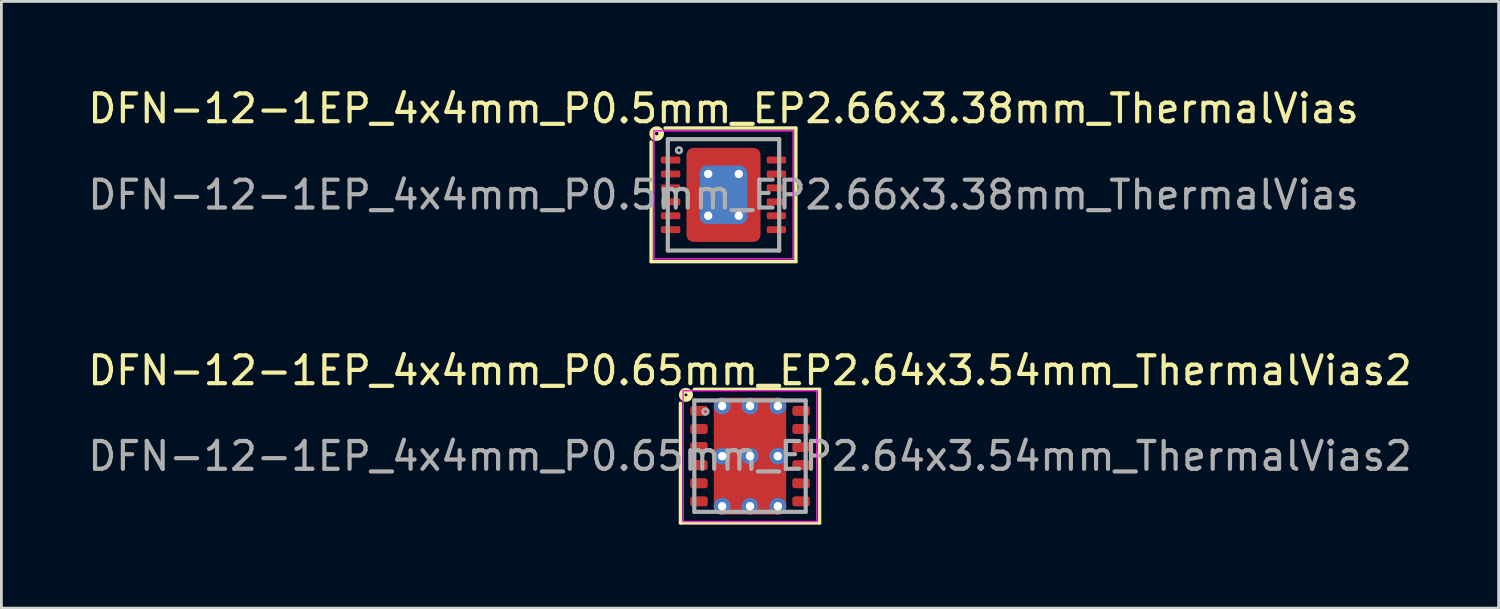
<source format=kicad_pcb>
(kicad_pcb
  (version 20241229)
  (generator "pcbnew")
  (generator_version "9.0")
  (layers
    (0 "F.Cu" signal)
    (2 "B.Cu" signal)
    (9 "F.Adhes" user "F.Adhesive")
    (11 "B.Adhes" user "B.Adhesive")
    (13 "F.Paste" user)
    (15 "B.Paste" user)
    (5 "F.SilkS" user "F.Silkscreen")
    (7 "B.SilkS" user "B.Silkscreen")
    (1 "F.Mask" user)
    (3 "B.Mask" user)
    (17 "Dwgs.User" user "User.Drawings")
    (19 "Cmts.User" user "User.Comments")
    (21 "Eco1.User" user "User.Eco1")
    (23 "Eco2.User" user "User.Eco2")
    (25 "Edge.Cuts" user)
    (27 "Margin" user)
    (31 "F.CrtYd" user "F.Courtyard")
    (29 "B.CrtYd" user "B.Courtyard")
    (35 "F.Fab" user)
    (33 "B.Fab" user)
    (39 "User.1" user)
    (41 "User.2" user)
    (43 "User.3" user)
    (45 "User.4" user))
  (footprint "DFN-12-1EP_4x4mm_P0.65mm_EP2.64x3.54mm_ThermalVias2"
    (layer "F.Cu")
    (at 23.887 13.332)
    (property "Reference" "DFN-12-1EP_4x4mm_P0.65mm_EP2.64x3.54mm_ThermalVias2" (at 0 -3.075 0) (layer "F.SilkS") (effects (font (size 1 1) (thickness 0.15))))
    (attr smd)
    (fp_line (start -2.5 2.4) (end -2.5 -1.9) (stroke (width 0.12) (type solid)) (layer "F.SilkS"))
    (fp_line (start -2 -2.4) (end 2.5 -2.4) (stroke (width 0.12) (type solid)) (layer "F.SilkS"))
    (fp_line (start 2.5 -2.4) (end 2.5 2.4) (stroke (width 0.12) (type solid)) (layer "F.SilkS"))
    (fp_line (start 2.5 2.4) (end -2.5 2.4) (stroke (width 0.12) (type solid)) (layer "F.SilkS"))
    (fp_circle (center -2.3 -2.2) (end -2.249 -2.2) (stroke (width 0.2) (type solid)) (fill no) (layer "F.SilkS"))
    (fp_line (start -2.4 -2.35) (end -2.4 2.35) (stroke (width 0.05) (type solid)) (layer "F.CrtYd"))
    (fp_line (start -2.4 -2.35) (end 2.4 -2.35) (stroke (width 0.05) (type solid)) (layer "F.CrtYd"))
    (fp_line (start -2.4 2.35) (end 2.4 2.35) (stroke (width 0.05) (type solid)) (layer "F.CrtYd"))
    (fp_line (start 2.4 -2.35) (end 2.4 2.35) (stroke (width 0.05) (type solid)) (layer "F.CrtYd"))
    (fp_line (start -2 -2) (end 2 -2) (stroke (width 0.15) (type solid)) (layer "F.Fab"))
    (fp_line (start -2 2) (end -2 -2) (stroke (width 0.15) (type solid)) (layer "F.Fab"))
    (fp_line (start 2 -2) (end 2 2) (stroke (width 0.15) (type solid)) (layer "F.Fab"))
    (fp_line (start 2 2) (end -2 2) (stroke (width 0.15) (type solid)) (layer "F.Fab"))
    (fp_circle (center -1.6 -1.6) (end -1.5 -1.6) (stroke (width 0.1) (type solid)) (fill no) (layer "F.Fab"))
    (fp_text user "${REFERENCE}" (at 0 0 0) (layer "F.Fab") (effects (font (size 1 1) (thickness 0.15))))
    (pad "" smd roundrect (at -0.625 -0.9) (size 0.95 0.9) (layers "F.Paste") (roundrect_rratio 0.25))
    (pad "" smd roundrect (at -0.625 0.9) (size 0.95 0.9) (layers "F.Paste") (roundrect_rratio 0.25))
    (pad "" smd roundrect (at 0 -0.9) (size 2.4 1.2) (layers "F.Mask") (roundrect_rratio 0.2))
    (pad "" smd roundrect (at 0 0.9) (size 2.4 1.2) (layers "F.Mask") (roundrect_rratio 0.2))
    (pad "" smd roundrect (at 0.625 -0.9) (size 0.95 0.9) (layers "F.Paste") (roundrect_rratio 0.25))
    (pad "" smd roundrect (at 0.625 0.9) (size 0.95 0.9) (layers "F.Paste") (roundrect_rratio 0.25))
    (pad "1" smd roundrect (at -1.835 -1.625) (size 0.63 0.36) (layers "F.Cu" "F.Mask" "F.Paste") (roundrect_rratio 0.25))
    (pad "2" smd roundrect (at -1.835 -0.975) (size 0.63 0.36) (layers "F.Cu" "F.Mask" "F.Paste") (roundrect_rratio 0.25))
    (pad "3" smd roundrect (at -1.835 -0.325) (size 0.63 0.36) (layers "F.Cu" "F.Mask" "F.Paste") (roundrect_rratio 0.25))
    (pad "4" smd roundrect (at -1.835 0.325) (size 0.63 0.36) (layers "F.Cu" "F.Mask" "F.Paste") (roundrect_rratio 0.25))
    (pad "5" smd roundrect (at -1.835 0.975) (size 0.63 0.36) (layers "F.Cu" "F.Mask" "F.Paste") (roundrect_rratio 0.25))
    (pad "6" smd roundrect (at -1.835 1.625) (size 0.63 0.36) (layers "F.Cu" "F.Mask" "F.Paste") (roundrect_rratio 0.25))
    (pad "7" smd roundrect (at 1.835 1.625) (size 0.63 0.36) (layers "F.Cu" "F.Mask" "F.Paste") (roundrect_rratio 0.25))
    (pad "8" smd roundrect (at 1.835 0.975) (size 0.63 0.36) (layers "F.Cu" "F.Mask" "F.Paste") (roundrect_rratio 0.25))
    (pad "9" smd roundrect (at 1.835 0.325) (size 0.63 0.36) (layers "F.Cu" "F.Mask" "F.Paste") (roundrect_rratio 0.25))
    (pad "10" smd roundrect (at 1.835 -0.325) (size 0.63 0.36) (layers "F.Cu" "F.Mask" "F.Paste") (roundrect_rratio 0.25))
    (pad "11" smd roundrect (at 1.835 -0.975) (size 0.63 0.36) (layers "F.Cu" "F.Mask" "F.Paste") (roundrect_rratio 0.25))
    (pad "12" smd roundrect (at 1.835 -1.625) (size 0.63 0.36) (layers "F.Cu" "F.Mask" "F.Paste") (roundrect_rratio 0.25))
    (pad "13" thru_hole circle (at -1 -1.8) (size 0.6 0.6) (drill 0.3) (property pad_prop_heatsink) (layers "*.Cu" "*.Mask"))
    (pad "13" thru_hole circle (at -1 0) (size 0.6 0.6) (drill 0.3) (property pad_prop_heatsink) (layers "*.Cu" "*.Mask"))
    (pad "13" thru_hole circle (at -1 1.8) (size 0.6 0.6) (drill 0.3) (property pad_prop_heatsink) (layers "*.Cu" "*.Mask"))
    (pad "13" thru_hole circle (at 0 -1.8) (size 0.6 0.6) (drill 0.3) (property pad_prop_heatsink) (layers "*.Cu" "*.Mask"))
    (pad "13" thru_hole circle (at 0 0) (size 0.6 0.6) (drill 0.3) (property pad_prop_heatsink) (layers "*.Cu" "*.Mask"))
    (pad "13" smd roundrect (at 0 0) (size 2.6 4.2) (layers "F.Cu") (roundrect_rratio 0.095))
    (pad "13" thru_hole circle (at 0 1.8) (size 0.6 0.6) (drill 0.3) (property pad_prop_heatsink) (layers "*.Cu" "*.Mask"))
    (pad "13" thru_hole circle (at 1 -1.8) (size 0.6 0.6) (drill 0.3) (property pad_prop_heatsink) (layers "*.Cu" "*.Mask"))
    (pad "13" thru_hole circle (at 1 0) (size 0.6 0.6) (drill 0.3) (property pad_prop_heatsink) (layers "*.Cu" "*.Mask"))
    (pad "13" thru_hole circle (at 1 1.8) (size 0.6 0.6) (drill 0.3) (property pad_prop_heatsink) (layers "*.Cu" "*.Mask")))
  (footprint "DFN-12-1EP_4x4mm_P0.5mm_EP2.66x3.38mm_ThermalVias"
    (layer "F.Cu")
    (at 22.935 3.948)
    (property "Reference" "DFN-12-1EP_4x4mm_P0.5mm_EP2.66x3.38mm_ThermalVias" (at 0 -3.1 0) (layer "F.SilkS") (effects (font (size 1 1) (thickness 0.15))))
    (attr smd)
    (fp_line (start -2.6 2.4) (end -2.6 -1.9) (stroke (width 0.12) (type solid)) (layer "F.SilkS"))
    (fp_line (start -2.1 -2.4) (end 2.6 -2.4) (stroke (width 0.12) (type solid)) (layer "F.SilkS"))
    (fp_line (start 2.6 -2.4) (end 2.6 2.4) (stroke (width 0.12) (type solid)) (layer "F.SilkS"))
    (fp_line (start 2.6 2.4) (end -2.6 2.4) (stroke (width 0.12) (type solid)) (layer "F.SilkS"))
    (fp_circle (center -2.4 -2.2) (end -2.337 -2.2) (stroke (width 0.2) (type solid)) (fill no) (layer "F.SilkS"))
    (fp_line (start -2.5 -2.3) (end -2.5 2.3) (stroke (width 0.05) (type solid)) (layer "F.CrtYd"))
    (fp_line (start -2.5 -2.3) (end 2.5 -2.3) (stroke (width 0.05) (type solid)) (layer "F.CrtYd"))
    (fp_line (start -2.5 2.3) (end 2.5 2.3) (stroke (width 0.05) (type solid)) (layer "F.CrtYd"))
    (fp_line (start 2.5 -2.3) (end 2.5 2.3) (stroke (width 0.05) (type solid)) (layer "F.CrtYd"))
    (fp_line (start -2 -2) (end 2 -2) (stroke (width 0.15) (type solid)) (layer "F.Fab"))
    (fp_line (start -2 2) (end -2 -2) (stroke (width 0.15) (type solid)) (layer "F.Fab"))
    (fp_line (start 2 -2) (end 2 2) (stroke (width 0.15) (type solid)) (layer "F.Fab"))
    (fp_line (start 2 2) (end -2 2) (stroke (width 0.15) (type solid)) (layer "F.Fab"))
    (fp_circle (center -1.6 -1.6) (end -1.5 -1.6) (stroke (width 0.1) (type solid)) (fill no) (layer "F.Fab"))
    (fp_text user "${REFERENCE}" (at 0 0 0) (layer "F.Fab") (effects (font (size 1 1) (thickness 0.15))))
    (pad "" smd roundrect (at -0.95 -1.225) (size 0.6 0.75) (layers "F.Paste") (roundrect_rratio 0.25))
    (pad "" smd roundrect (at -0.95 0) (size 0.6 1.3) (layers "F.Paste") (roundrect_rratio 0.25))
    (pad "" smd roundrect (at -0.95 1.225) (size 0.6 0.75) (layers "F.Paste") (roundrect_rratio 0.25))
    (pad "" smd roundrect (at 0 -1.225) (size 0.9 0.75) (layers "F.Paste") (roundrect_rratio 0.25))
    (pad "" smd roundrect (at 0 0) (size 0.9 1.3) (layers "F.Paste") (roundrect_rratio 0.25))
    (pad "" smd roundrect (at 0 1.225) (size 0.9 0.75) (layers "F.Paste") (roundrect_rratio 0.25))
    (pad "" smd roundrect (at 0.95 -1.225) (size 0.6 0.75) (layers "F.Paste") (roundrect_rratio 0.25))
    (pad "" smd roundrect (at 0.95 0) (size 0.6 1.3) (layers "F.Paste") (roundrect_rratio 0.25))
    (pad "" smd roundrect (at 0.95 1.225) (size 0.6 0.75) (layers "F.Paste") (roundrect_rratio 0.25))
    (pad "1" smd roundrect (at -1.9 -1.25) (size 0.7 0.25) (layers "F.Cu" "F.Mask" "F.Paste") (roundrect_rratio 0.25))
    (pad "2" smd roundrect (at -1.9 -0.75) (size 0.7 0.25) (layers "F.Cu" "F.Mask" "F.Paste") (roundrect_rratio 0.25))
    (pad "3" smd roundrect (at -1.9 -0.25) (size 0.7 0.25) (layers "F.Cu" "F.Mask" "F.Paste") (roundrect_rratio 0.25))
    (pad "4" smd roundrect (at -1.9 0.25) (size 0.7 0.25) (layers "F.Cu" "F.Mask" "F.Paste") (roundrect_rratio 0.25))
    (pad "5" smd roundrect (at -1.9 0.75) (size 0.7 0.25) (layers "F.Cu" "F.Mask" "F.Paste") (roundrect_rratio 0.25))
    (pad "6" smd roundrect (at -1.9 1.25) (size 0.7 0.25) (layers "F.Cu" "F.Mask" "F.Paste") (roundrect_rratio 0.25))
    (pad "7" smd roundrect (at 1.9 1.25) (size 0.7 0.25) (layers "F.Cu" "F.Mask" "F.Paste") (roundrect_rratio 0.25))
    (pad "8" smd roundrect (at 1.9 0.75) (size 0.7 0.25) (layers "F.Cu" "F.Mask" "F.Paste") (roundrect_rratio 0.25))
    (pad "9" smd roundrect (at 1.9 0.25) (size 0.7 0.25) (layers "F.Cu" "F.Mask" "F.Paste") (roundrect_rratio 0.25))
    (pad "10" smd roundrect (at 1.9 -0.25) (size 0.7 0.25) (layers "F.Cu" "F.Mask" "F.Paste") (roundrect_rratio 0.25))
    (pad "11" smd roundrect (at 1.9 -0.75) (size 0.7 0.25) (layers "F.Cu" "F.Mask" "F.Paste") (roundrect_rratio 0.25))
    (pad "12" smd roundrect (at 1.9 -1.25) (size 0.7 0.25) (layers "F.Cu" "F.Mask" "F.Paste") (roundrect_rratio 0.25))
    (pad "13" thru_hole circle (at -0.55 -0.75) (size 0.6 0.6) (drill 0.3) (property pad_prop_heatsink) (layers "*.Cu"))
    (pad "13" thru_hole circle (at -0.55 0.75) (size 0.6 0.6) (drill 0.3) (property pad_prop_heatsink) (layers "*.Cu"))
    (pad "13" smd roundrect (at 0 0) (size 1.7 2.1) (layers "B.Cu" "B.Mask") (roundrect_rratio 0.152))
    (pad "13" smd roundrect (at 0 0) (size 2.66 3.38) (layers "F.Cu" "F.Mask") (roundrect_rratio 0.094))
    (pad "13" thru_hole circle (at 0.55 -0.75) (size 0.6 0.6) (drill 0.3) (property pad_prop_heatsink) (layers "*.Cu"))
    (pad "13" thru_hole circle (at 0.55 0.75) (size 0.6 0.6) (drill 0.3) (property pad_prop_heatsink) (layers "*.Cu")))
  (gr_rect
    (start -3 -3)
    (end 50.774 18.791)
    (stroke (width 0.1) (type default))
    (fill no)
    (layer "Edge.Cuts")))
</source>
